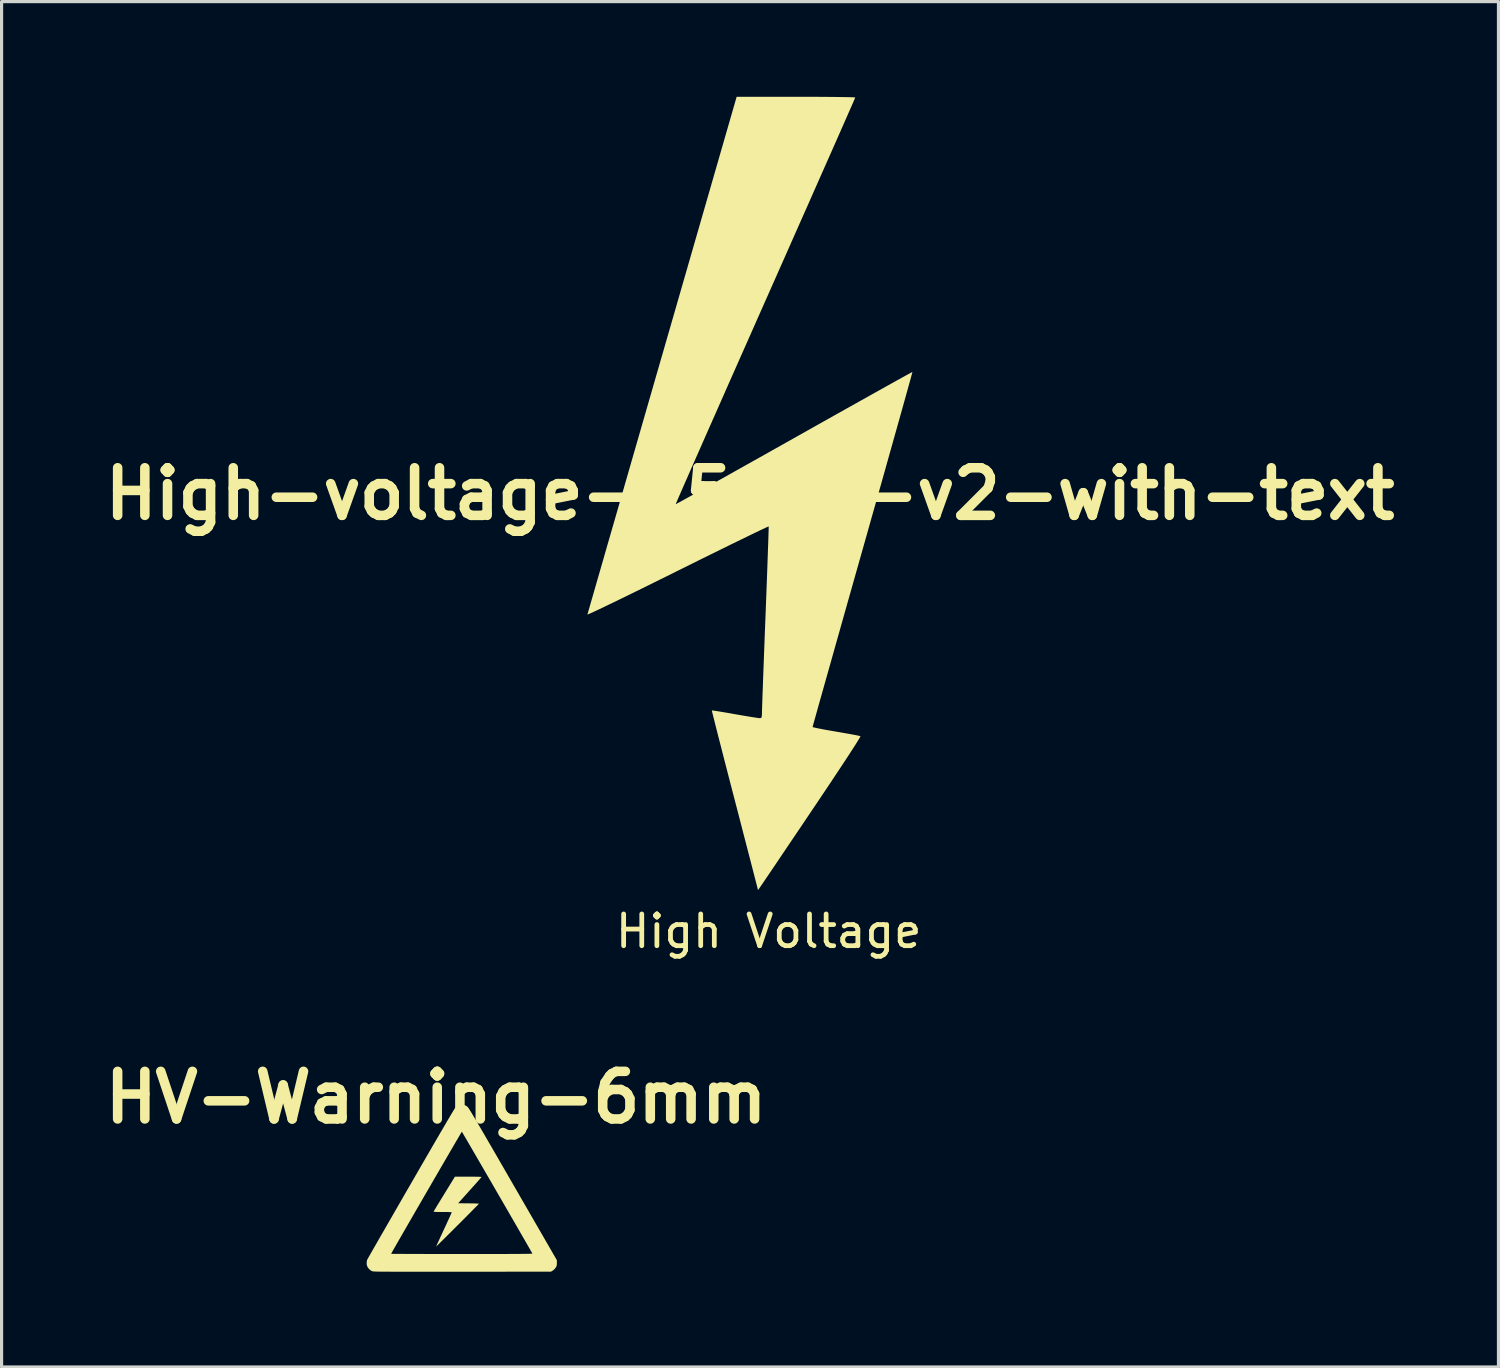
<source format=kicad_pcb>
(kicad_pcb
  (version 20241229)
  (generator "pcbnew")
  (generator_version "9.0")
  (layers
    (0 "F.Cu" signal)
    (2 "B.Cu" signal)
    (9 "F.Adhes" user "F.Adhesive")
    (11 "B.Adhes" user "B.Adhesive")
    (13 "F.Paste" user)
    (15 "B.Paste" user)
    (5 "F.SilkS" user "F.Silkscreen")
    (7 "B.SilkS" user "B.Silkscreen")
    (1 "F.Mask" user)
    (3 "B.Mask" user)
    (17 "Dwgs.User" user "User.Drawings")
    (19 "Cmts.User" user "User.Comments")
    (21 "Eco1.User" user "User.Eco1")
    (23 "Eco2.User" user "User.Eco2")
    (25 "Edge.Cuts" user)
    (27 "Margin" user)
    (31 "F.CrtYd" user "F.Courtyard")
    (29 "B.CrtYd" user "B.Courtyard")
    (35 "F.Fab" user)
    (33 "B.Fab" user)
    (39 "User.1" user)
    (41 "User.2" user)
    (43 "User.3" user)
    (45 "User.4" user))
  (footprint "High-voltage-25mm-v2-with-text"
    (layer "F.Cu")
    (at 20.586 12.512)
    (property "Reference" "High-voltage-25mm-v2-with-text" (at 0 0 0) (layer "F.SilkS") (effects (font (size 1.5 1.5) (thickness 0.3))))
    (attr board_only exclude_from_pos_files exclude_from_bom)
    (fp_poly (pts (xy 1.782 -12.512) (xy 2.098 -12.511) (xy 2.39 -12.509) (xy 2.651 -12.507) (xy 2.877 -12.504) (xy 3.062 -12.501) (xy 3.2 -12.498) (xy 3.286 -12.494) (xy 3.316 -12.49) (xy 3.303 -12.46) (xy 3.267 -12.375) (xy 3.207 -12.238) (xy 3.125 -12.052) (xy 3.022 -11.818) (xy 2.9 -11.541) (xy 2.759 -11.221) (xy 2.601 -10.863) (xy 2.426 -10.468) (xy 2.236 -10.039) (xy 2.032 -9.578) (xy 1.816 -9.088) (xy 1.587 -8.573) (xy 1.348 -8.033) (xy 1.1 -7.472) (xy 0.843 -6.893) (xy 0.579 -6.297) (xy 0.481 -6.076) (xy 0.215 -5.476) (xy -0.044 -4.89) (xy -0.296 -4.323) (xy -0.538 -3.776) (xy -0.77 -3.251) (xy -0.99 -2.753) (xy -1.198 -2.282) (xy -1.393 -1.842) (xy -1.572 -1.434) (xy -1.736 -1.063) (xy -1.883 -0.73) (xy -2.011 -0.438) (xy -2.12 -0.189) (xy -2.209 0.014) (xy -2.276 0.169) (xy -2.32 0.272) (xy -2.341 0.321) (xy -2.342 0.326) (xy -2.314 0.312) (xy -2.234 0.269) (xy -2.107 0.199) (xy -1.934 0.103) (xy -1.719 -0.016) (xy -1.466 -0.157) (xy -1.176 -0.318) (xy -0.854 -0.498) (xy -0.503 -0.695) (xy -0.126 -0.907) (xy 0.275 -1.131) (xy 0.696 -1.368) (xy 1.133 -1.614) (xy 1.388 -1.757) (xy 1.834 -2.008) (xy 2.264 -2.25) (xy 2.677 -2.482) (xy 3.068 -2.701) (xy 3.434 -2.906) (xy 3.773 -3.096) (xy 4.081 -3.268) (xy 4.355 -3.421) (xy 4.592 -3.553) (xy 4.789 -3.662) (xy 4.942 -3.747) (xy 5.05 -3.805) (xy 5.107 -3.836) (xy 5.117 -3.84) (xy 5.109 -3.81) (xy 5.086 -3.722) (xy 5.047 -3.579) (xy 4.993 -3.386) (xy 4.926 -3.144) (xy 4.846 -2.857) (xy 4.754 -2.528) (xy 4.65 -2.159) (xy 4.536 -1.753) (xy 4.413 -1.315) (xy 4.281 -0.845) (xy 4.141 -0.348) (xy 3.994 0.173) (xy 3.84 0.717) (xy 3.682 1.278) (xy 3.549 1.748) (xy 3.386 2.323) (xy 3.228 2.882) (xy 3.075 3.422) (xy 2.929 3.94) (xy 2.79 4.432) (xy 2.659 4.897) (xy 2.537 5.331) (xy 2.424 5.73) (xy 2.322 6.093) (xy 2.231 6.416) (xy 2.152 6.696) (xy 2.087 6.93) (xy 2.035 7.115) (xy 1.998 7.248) (xy 1.976 7.327) (xy 1.971 7.348) (xy 2 7.359) (xy 2.083 7.378) (xy 2.211 7.404) (xy 2.375 7.435) (xy 2.567 7.469) (xy 2.709 7.493) (xy 2.917 7.529) (xy 3.105 7.562) (xy 3.265 7.591) (xy 3.386 7.615) (xy 3.461 7.631) (xy 3.48 7.637) (xy 3.468 7.666) (xy 3.422 7.743) (xy 3.346 7.867) (xy 3.239 8.034) (xy 3.105 8.241) (xy 2.945 8.485) (xy 2.76 8.764) (xy 2.554 9.075) (xy 2.327 9.414) (xy 2.082 9.78) (xy 1.892 10.061) (xy 1.616 10.472) (xy 1.372 10.833) (xy 1.159 11.149) (xy 0.975 11.422) (xy 0.818 11.656) (xy 0.685 11.853) (xy 0.574 12.016) (xy 0.484 12.149) (xy 0.413 12.255) (xy 0.357 12.336) (xy 0.316 12.396) (xy 0.287 12.438) (xy 0.267 12.464) (xy 0.256 12.479) (xy 0.251 12.484) (xy 0.249 12.484) (xy 0.249 12.48) (xy 0.249 12.478) (xy 0.241 12.447) (xy 0.219 12.359) (xy 0.183 12.219) (xy 0.134 12.031) (xy 0.075 11.8) (xy 0.005 11.529) (xy -0.075 11.223) (xy -0.162 10.886) (xy -0.256 10.523) (xy -0.356 10.136) (xy -0.461 9.732) (xy -0.482 9.65) (xy -0.588 9.243) (xy -0.689 8.853) (xy -0.784 8.485) (xy -0.872 8.142) (xy -0.952 7.83) (xy -1.023 7.553) (xy -1.084 7.313) (xy -1.133 7.117) (xy -1.171 6.968) (xy -1.195 6.87) (xy -1.204 6.827) (xy -1.204 6.826) (xy -1.173 6.828) (xy -1.088 6.84) (xy -0.959 6.861) (xy -0.795 6.888) (xy -0.604 6.921) (xy -0.482 6.943) (xy -0.274 6.979) (xy -0.084 7.011) (xy 0.079 7.038) (xy 0.205 7.057) (xy 0.284 7.068) (xy 0.304 7.069) (xy 0.345 7.064) (xy 0.366 7.037) (xy 0.374 6.973) (xy 0.375 6.899) (xy 0.377 6.843) (xy 0.38 6.729) (xy 0.386 6.563) (xy 0.393 6.348) (xy 0.403 6.089) (xy 0.413 5.792) (xy 0.426 5.46) (xy 0.439 5.1) (xy 0.454 4.714) (xy 0.469 4.31) (xy 0.486 3.891) (xy 0.502 3.475) (xy 0.517 3.077) (xy 0.531 2.701) (xy 0.544 2.352) (xy 0.555 2.034) (xy 0.565 1.751) (xy 0.574 1.509) (xy 0.58 1.311) (xy 0.585 1.162) (xy 0.587 1.066) (xy 0.587 1.028) (xy 0.587 1.028) (xy 0.559 1.038) (xy 0.478 1.075) (xy 0.349 1.135) (xy 0.174 1.219) (xy -0.041 1.323) (xy -0.293 1.446) (xy -0.58 1.585) (xy -0.896 1.741) (xy -1.238 1.909) (xy -1.603 2.089) (xy -1.986 2.28) (xy -2.278 2.424) (xy -2.672 2.62) (xy -3.05 2.807) (xy -3.408 2.984) (xy -3.743 3.148) (xy -4.05 3.298) (xy -4.326 3.432) (xy -4.567 3.548) (xy -4.769 3.645) (xy -4.93 3.72) (xy -5.045 3.772) (xy -5.11 3.8) (xy -5.124 3.803) (xy -5.115 3.77) (xy -5.089 3.679) (xy -5.047 3.533) (xy -4.99 3.334) (xy -4.918 3.085) (xy -4.833 2.788) (xy -4.734 2.446) (xy -4.623 2.061) (xy -4.501 1.635) (xy -4.367 1.172) (xy -4.223 0.673) (xy -4.07 0.141) (xy -3.908 -0.422) (xy -3.738 -1.013) (xy -3.56 -1.629) (xy -3.376 -2.268) (xy -3.186 -2.928) (xy -2.99 -3.607) (xy -2.79 -4.301) (xy -2.768 -4.375) (xy -0.422 -12.512) (xy 1.447 -12.512)) (stroke (width 0) (type solid)) (fill yes) (layer "F.SilkS"))
    (fp_text user "High Voltage" (at -4.32 14.37 0) (unlocked yes) (layer "F.SilkS") (effects (font (size 1 1) (thickness 0.15)) (justify left bottom))))
  (footprint "HV-Warning-6mm"
    (layer "F.Cu")
    (at 11.503 34.393)
    (property "Reference" "HV-Warning-6mm" (at -0.81 -2.86 0) (layer "F.SilkS") (effects (font (size 1.5 1.5) (thickness 0.3))))
    (attr board_only exclude_from_pos_files exclude_from_bom)
    (fp_poly (pts (xy 0.299 -0.363) (xy 0.387 -0.362) (xy 0.466 -0.361) (xy 0.531 -0.36) (xy 0.58 -0.358) (xy 0.611 -0.356) (xy 0.621 -0.354) (xy 0.614 -0.343) (xy 0.592 -0.317) (xy 0.557 -0.277) (xy 0.512 -0.225) (xy 0.457 -0.163) (xy 0.394 -0.092) (xy 0.324 -0.014) (xy 0.253 0.065) (xy -0.115 0.475) (xy 0.212 0.478) (xy 0.297 0.479) (xy 0.373 0.48) (xy 0.439 0.482) (xy 0.49 0.485) (xy 0.525 0.487) (xy 0.539 0.489) (xy 0.539 0.49) (xy 0.531 0.499) (xy 0.508 0.524) (xy 0.47 0.563) (xy 0.42 0.614) (xy 0.357 0.677) (xy 0.285 0.751) (xy 0.203 0.833) (xy 0.113 0.924) (xy 0.017 1.02) (xy -0.085 1.123) (xy -0.135 1.172) (xy -0.239 1.276) (xy -0.338 1.375) (xy -0.431 1.467) (xy -0.517 1.553) (xy -0.594 1.629) (xy -0.661 1.695) (xy -0.717 1.751) (xy -0.761 1.794) (xy -0.791 1.823) (xy -0.807 1.837) (xy -0.809 1.839) (xy -0.804 1.827) (xy -0.79 1.796) (xy -0.769 1.748) (xy -0.74 1.685) (xy -0.705 1.608) (xy -0.665 1.521) (xy -0.62 1.425) (xy -0.573 1.322) (xy -0.563 1.3) (xy -0.514 1.196) (xy -0.469 1.098) (xy -0.428 1.008) (xy -0.392 0.929) (xy -0.362 0.863) (xy -0.339 0.811) (xy -0.323 0.777) (xy -0.317 0.76) (xy -0.316 0.76) (xy -0.328 0.757) (xy -0.359 0.755) (xy -0.408 0.753) (xy -0.47 0.751) (xy -0.544 0.75) (xy -0.605 0.75) (xy -0.695 0.75) (xy -0.764 0.75) (xy -0.815 0.748) (xy -0.85 0.747) (xy -0.872 0.744) (xy -0.884 0.74) (xy -0.887 0.735) (xy -0.886 0.732) (xy -0.879 0.719) (xy -0.861 0.688) (xy -0.832 0.64) (xy -0.795 0.579) (xy -0.75 0.505) (xy -0.698 0.42) (xy -0.641 0.327) (xy -0.58 0.228) (xy -0.548 0.175) (xy -0.217 -0.363) (xy 0.202 -0.363)) (stroke (width 0) (type solid)) (fill yes) (layer "F.SilkS"))
    (fp_poly (pts (xy 0.08 -2.624) (xy 0.148 -2.589) (xy 0.188 -2.555) (xy 0.197 -2.545) (xy 0.21 -2.527) (xy 0.228 -2.5) (xy 0.251 -2.463) (xy 0.28 -2.416) (xy 0.315 -2.359) (xy 0.356 -2.29) (xy 0.404 -2.209) (xy 0.46 -2.115) (xy 0.523 -2.008) (xy 0.594 -1.886) (xy 0.673 -1.751) (xy 0.761 -1.599) (xy 0.858 -1.432) (xy 0.964 -1.249) (xy 1.081 -1.048) (xy 1.207 -0.829) (xy 1.344 -0.592) (xy 1.492 -0.335) (xy 1.618 -0.117) (xy 2.995 2.268) (xy 2.995 2.357) (xy 2.994 2.406) (xy 2.989 2.441) (xy 2.978 2.471) (xy 2.959 2.503) (xy 2.914 2.559) (xy 2.866 2.596) (xy 2.809 2.631) (xy 0.019 2.633) (xy -0.287 2.634) (xy -0.57 2.634) (xy -0.831 2.634) (xy -1.072 2.634) (xy -1.292 2.634) (xy -1.494 2.634) (xy -1.677 2.634) (xy -1.842 2.634) (xy -1.991 2.633) (xy -2.125 2.633) (xy -2.243 2.632) (xy -2.348 2.632) (xy -2.439 2.631) (xy -2.518 2.63) (xy -2.586 2.63) (xy -2.643 2.629) (xy -2.691 2.628) (xy -2.729 2.626) (xy -2.76 2.625) (xy -2.784 2.623) (xy -2.801 2.622) (xy -2.813 2.62) (xy -2.821 2.618) (xy -2.875 2.589) (xy -2.926 2.544) (xy -2.967 2.49) (xy -2.978 2.468) (xy -2.996 2.408) (xy -2.999 2.341) (xy -2.989 2.277) (xy -2.982 2.256) (xy -2.975 2.242) (xy -2.956 2.209) (xy -2.927 2.157) (xy -2.887 2.087) (xy -2.876 2.067) (xy -2.227 2.067) (xy -2.216 2.068) (xy -2.182 2.069) (xy -2.127 2.07) (xy -2.052 2.07) (xy -1.958 2.071) (xy -1.846 2.071) (xy -1.718 2.072) (xy -1.574 2.073) (xy -1.416 2.073) (xy -1.245 2.073) (xy -1.061 2.074) (xy -0.867 2.074) (xy -0.663 2.074) (xy -0.45 2.075) (xy -0.23 2.075) (xy -0.003 2.075) (xy 0.001 2.075) (xy 0.279 2.075) (xy 0.534 2.075) (xy 0.767 2.074) (xy 0.98 2.074) (xy 1.172 2.074) (xy 1.345 2.074) (xy 1.499 2.073) (xy 1.636 2.073) (xy 1.757 2.072) (xy 1.861 2.071) (xy 1.95 2.07) (xy 2.025 2.069) (xy 2.087 2.068) (xy 2.136 2.067) (xy 2.173 2.066) (xy 2.2 2.064) (xy 2.216 2.063) (xy 2.223 2.061) (xy 2.224 2.06) (xy 2.217 2.047) (xy 2.198 2.014) (xy 2.17 1.964) (xy 2.132 1.898) (xy 2.085 1.816) (xy 2.03 1.721) (xy 1.968 1.612) (xy 1.898 1.492) (xy 1.823 1.361) (xy 1.742 1.221) (xy 1.657 1.073) (xy 1.567 0.918) (xy 1.474 0.757) (xy 1.379 0.592) (xy 1.282 0.424) (xy 1.183 0.254) (xy 1.084 0.083) (xy 0.986 -0.088) (xy 0.888 -0.257) (xy 0.791 -0.423) (xy 0.697 -0.585) (xy 0.606 -0.742) (xy 0.519 -0.892) (xy 0.436 -1.035) (xy 0.358 -1.169) (xy 0.286 -1.293) (xy 0.221 -1.405) (xy 0.163 -1.505) (xy 0.112 -1.592) (xy 0.07 -1.663) (xy 0.038 -1.719) (xy 0.015 -1.757) (xy 0.003 -1.777) (xy 0.001 -1.779) (xy -0.005 -1.769) (xy -0.023 -1.741) (xy -0.051 -1.694) (xy -0.088 -1.631) (xy -0.134 -1.552) (xy -0.189 -1.459) (xy -0.251 -1.352) (xy -0.32 -1.234) (xy -0.395 -1.105) (xy -0.476 -0.967) (xy -0.561 -0.82) (xy -0.65 -0.667) (xy -0.743 -0.507) (xy -0.838 -0.343) (xy -0.936 -0.175) (xy -1.034 -0.005) (xy -1.133 0.165) (xy -1.232 0.336) (xy -1.33 0.506) (xy -1.427 0.673) (xy -1.521 0.836) (xy -1.612 0.994) (xy -1.7 1.146) (xy -1.783 1.291) (xy -1.862 1.427) (xy -1.935 1.553) (xy -2.001 1.668) (xy -2.06 1.771) (xy -2.111 1.861) (xy -2.154 1.936) (xy -2.188 1.996) (xy -2.211 2.038) (xy -2.225 2.062) (xy -2.227 2.067) (xy -2.876 2.067) (xy -2.838 2.001) (xy -2.78 1.899) (xy -2.713 1.783) (xy -2.638 1.652) (xy -2.556 1.508) (xy -2.466 1.353) (xy -2.37 1.186) (xy -2.268 1.009) (xy -2.161 0.823) (xy -2.049 0.628) (xy -1.932 0.425) (xy -1.812 0.216) (xy -1.688 0.002) (xy -1.603 -0.145) (xy -1.432 -0.441) (xy -1.272 -0.719) (xy -1.122 -0.977) (xy -0.984 -1.216) (xy -0.856 -1.436) (xy -0.74 -1.636) (xy -0.634 -1.817) (xy -0.54 -1.978) (xy -0.457 -2.12) (xy -0.385 -2.241) (xy -0.325 -2.343) (xy -0.276 -2.425) (xy -0.238 -2.487) (xy -0.212 -2.528) (xy -0.197 -2.55) (xy -0.196 -2.552) (xy -0.134 -2.601) (xy -0.065 -2.629) (xy 0.008 -2.637)) (stroke (width 0) (type solid)) (fill yes) (layer "F.SilkS")))
  (gr_rect
    (start -3 -3)
    (end 44.171 40.027)
    (stroke (width 0.1) (type default))
    (fill no)
    (layer "Edge.Cuts")))
</source>
